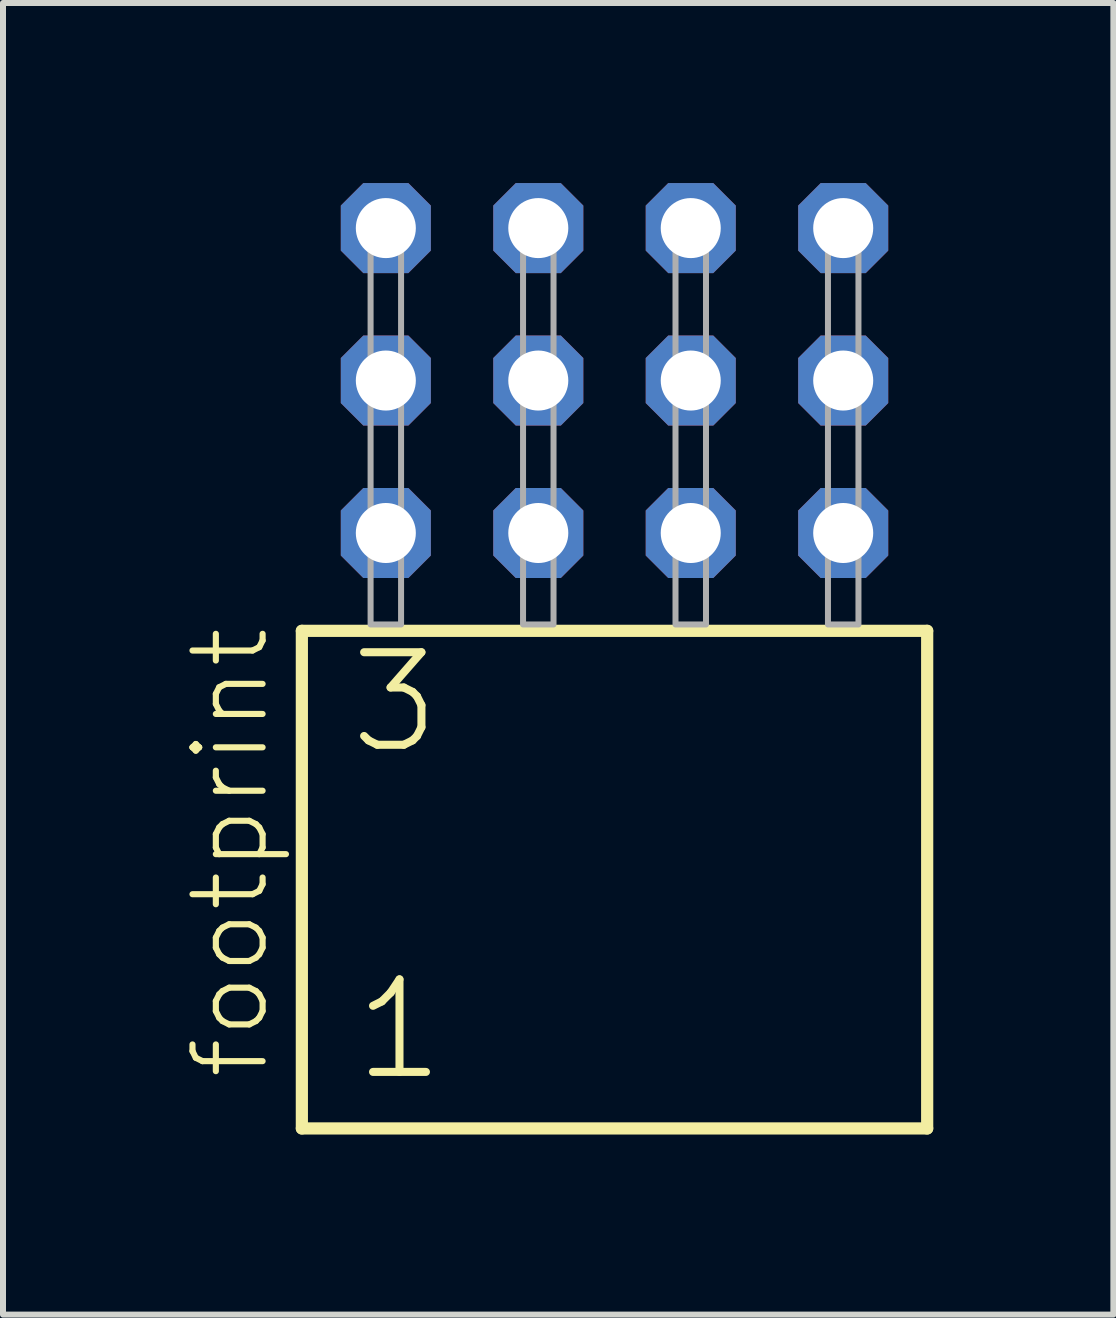
<source format=kicad_pcb>
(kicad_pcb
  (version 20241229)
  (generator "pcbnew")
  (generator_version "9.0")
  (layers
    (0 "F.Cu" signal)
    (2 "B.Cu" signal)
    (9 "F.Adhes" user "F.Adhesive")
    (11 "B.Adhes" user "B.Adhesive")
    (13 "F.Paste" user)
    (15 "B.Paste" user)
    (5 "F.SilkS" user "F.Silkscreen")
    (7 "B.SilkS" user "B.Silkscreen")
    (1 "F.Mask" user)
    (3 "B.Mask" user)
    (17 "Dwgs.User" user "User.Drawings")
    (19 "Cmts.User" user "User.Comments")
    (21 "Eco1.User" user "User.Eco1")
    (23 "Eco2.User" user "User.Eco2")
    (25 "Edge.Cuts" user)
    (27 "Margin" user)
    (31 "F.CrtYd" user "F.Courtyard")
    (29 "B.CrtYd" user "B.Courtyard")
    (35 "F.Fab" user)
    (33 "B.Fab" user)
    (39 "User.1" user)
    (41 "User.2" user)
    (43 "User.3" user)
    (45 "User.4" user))
  (footprint "footprint"
    (layer "F.Cu")
    (at 7.188 7.354)
    (property "Reference" "footprint" (at -5.715 7.62 90) (layer "F.SilkS") (effects (font (size 1.168 1.168) (thickness 0.102)) (justify left bottom)))
    (fp_line (start -5.209 0.106) (end -5.209 8.396) (stroke (width 0.203) (type solid)) (layer "F.SilkS"))
    (fp_line (start -5.209 8.396) (end 5.209 8.396) (stroke (width 0.203) (type solid)) (layer "F.SilkS"))
    (fp_line (start 5.209 0.106) (end -5.209 0.106) (stroke (width 0.203) (type solid)) (layer "F.SilkS"))
    (fp_line (start 5.209 8.396) (end 5.209 0.106) (stroke (width 0.203) (type solid)) (layer "F.SilkS"))
    (fp_poly (pts (xy -4.064 0) (xy -3.556 0) (xy -3.556 -6.858) (xy -4.064 -6.858)) (stroke (width 0.1) (type solid)) (fill no) (layer "F.Fab"))
    (fp_poly (pts (xy -1.524 0) (xy -1.016 0) (xy -1.016 -6.858) (xy -1.524 -6.858)) (stroke (width 0.1) (type solid)) (fill no) (layer "F.Fab"))
    (fp_poly (pts (xy 1.016 0) (xy 1.524 0) (xy 1.524 -6.858) (xy 1.016 -6.858)) (stroke (width 0.1) (type solid)) (fill no) (layer "F.Fab"))
    (fp_poly (pts (xy 3.556 0) (xy 4.064 0) (xy 4.064 -6.858) (xy 3.556 -6.858)) (stroke (width 0.1) (type solid)) (fill no) (layer "F.Fab"))
    (fp_text user "1" (at -4.405 7.65 0) (layer "F.SilkS") (effects (font (size 1.542 1.542) (thickness 0.134)) (justify left bottom)))
    (fp_text user "3" (at -4.48 2.2 0) (layer "F.SilkS") (effects (font (size 1.542 1.542) (thickness 0.134)) (justify left bottom)))
    (pad "1" thru_hole roundrect (at -3.81 -1.524) (size 1.5 1.5) (drill 1) (layers "*.Cu" "*.Mask") (roundrect_rratio 0.25) (chamfer_ratio 0.25) (chamfer top_left top_right bottom_left bottom_right))
    (pad "2" thru_hole roundrect (at -3.81 -4.064) (size 1.5 1.5) (drill 1) (layers "*.Cu" "*.Mask") (roundrect_rratio 0.25) (chamfer_ratio 0.25) (chamfer top_left top_right bottom_left bottom_right))
    (pad "3" thru_hole roundrect (at -3.81 -6.604) (size 1.5 1.5) (drill 1) (layers "*.Cu" "*.Mask") (roundrect_rratio 0.25) (chamfer_ratio 0.25) (chamfer top_left top_right bottom_left bottom_right))
    (pad "4" thru_hole roundrect (at -1.27 -1.524) (size 1.5 1.5) (drill 1) (layers "*.Cu" "*.Mask") (roundrect_rratio 0.25) (chamfer_ratio 0.25) (chamfer top_left top_right bottom_left bottom_right))
    (pad "5" thru_hole roundrect (at -1.27 -4.064) (size 1.5 1.5) (drill 1) (layers "*.Cu" "*.Mask") (roundrect_rratio 0.25) (chamfer_ratio 0.25) (chamfer top_left top_right bottom_left bottom_right))
    (pad "6" thru_hole roundrect (at -1.27 -6.604) (size 1.5 1.5) (drill 1) (layers "*.Cu" "*.Mask") (roundrect_rratio 0.25) (chamfer_ratio 0.25) (chamfer top_left top_right bottom_left bottom_right))
    (pad "7" thru_hole roundrect (at 1.27 -1.524) (size 1.5 1.5) (drill 1) (layers "*.Cu" "*.Mask") (roundrect_rratio 0.25) (chamfer_ratio 0.25) (chamfer top_left top_right bottom_left bottom_right))
    (pad "8" thru_hole roundrect (at 1.27 -4.064) (size 1.5 1.5) (drill 1) (layers "*.Cu" "*.Mask") (roundrect_rratio 0.25) (chamfer_ratio 0.25) (chamfer top_left top_right bottom_left bottom_right))
    (pad "9" thru_hole roundrect (at 1.27 -6.604) (size 1.5 1.5) (drill 1) (layers "*.Cu" "*.Mask") (roundrect_rratio 0.25) (chamfer_ratio 0.25) (chamfer top_left top_right bottom_left bottom_right))
    (pad "10" thru_hole roundrect (at 3.81 -1.524) (size 1.5 1.5) (drill 1) (layers "*.Cu" "*.Mask") (roundrect_rratio 0.25) (chamfer_ratio 0.25) (chamfer top_left top_right bottom_left bottom_right))
    (pad "11" thru_hole roundrect (at 3.81 -4.064) (size 1.5 1.5) (drill 1) (layers "*.Cu" "*.Mask") (roundrect_rratio 0.25) (chamfer_ratio 0.25) (chamfer top_left top_right bottom_left bottom_right))
    (pad "12" thru_hole roundrect (at 3.81 -6.604) (size 1.5 1.5) (drill 1) (layers "*.Cu" "*.Mask") (roundrect_rratio 0.25) (chamfer_ratio 0.25) (chamfer top_left top_right bottom_left bottom_right)))
  (gr_rect
    (start -3 -3)
    (end 15.499 18.852)
    (stroke (width 0.1) (type default))
    (fill no)
    (layer "Edge.Cuts")))
</source>
